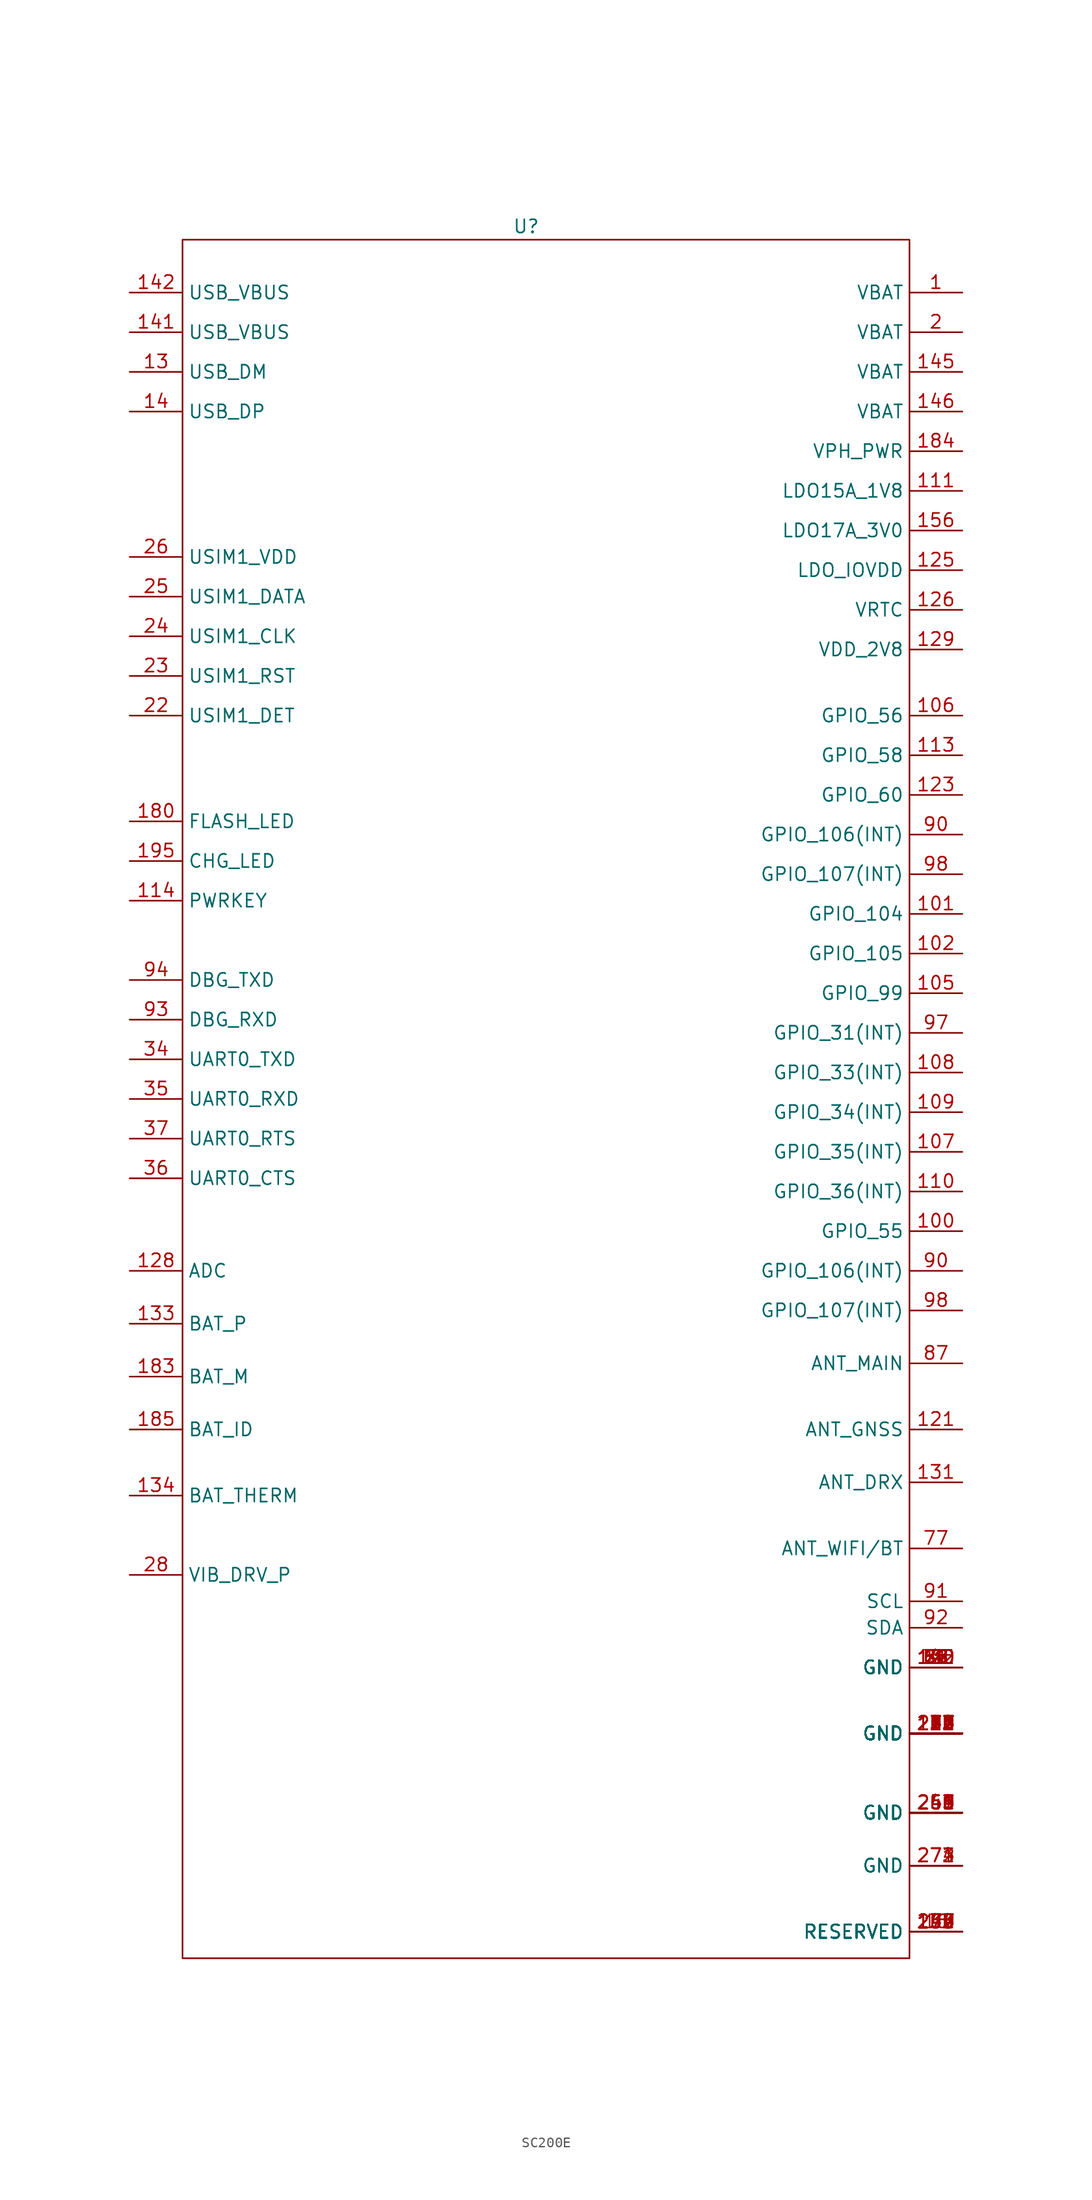
<source format=kicad_sym>
(kicad_symbol_lib
  (version 20231120)
  (generator "kicad_symbol_editor")
  (generator_version "8.0")
  (symbol "SC200E"
    (property "Reference" "U"
      (at 0 68.58 0)
      (effects (font (size 1.27 1.27))))
    (property "Value" ""
      (at 3.81 -58.42 0)
      (effects (font (size 1.27 1.27))))
    (symbol "SC200E_0_1"
      (rectangle (start -33.02 67.31) (end 36.83 -97.79) (stroke (width 0) (type default)) (fill (type none))))
    (symbol "SC200E_1_1"
      (pin passive line (at 41.91 62.23 180) (length 5.08) (name "VBAT" (effects (font (size 1.27 1.27)))) (number "1" (effects (font (size 1.27 1.27)))))
      (pin passive line (at 41.91 -27.94 180) (length 5.08) (name "GPIO_55" (effects (font (size 1.27 1.27)))) (number "100" (effects (font (size 1.27 1.27)))))
      (pin passive line (at 41.91 2.54 180) (length 5.08) (name "GPIO_104" (effects (font (size 1.27 1.27)))) (number "101" (effects (font (size 1.27 1.27)))))
      (pin passive line (at 41.91 -1.27 180) (length 5.08) (name "GPIO_105" (effects (font (size 1.27 1.27)))) (number "102" (effects (font (size 1.27 1.27)))))
      (pin passive line (at 41.91 -5.08 180) (length 5.08) (name "GPIO_99" (effects (font (size 1.27 1.27)))) (number "105" (effects (font (size 1.27 1.27)))))
      (pin passive line (at 41.91 21.59 180) (length 5.08) (name "GPIO_56" (effects (font (size 1.27 1.27)))) (number "106" (effects (font (size 1.27 1.27)))))
      (pin passive line (at 41.91 -20.32 180) (length 5.08) (name "GPIO_35(INT)" (effects (font (size 1.27 1.27)))) (number "107" (effects (font (size 1.27 1.27)))))
      (pin passive line (at 41.91 -12.7 180) (length 5.08) (name "GPIO_33(INT)" (effects (font (size 1.27 1.27)))) (number "108" (effects (font (size 1.27 1.27)))))
      (pin passive line (at 41.91 -16.51 180) (length 5.08) (name "GPIO_34(INT)" (effects (font (size 1.27 1.27)))) (number "109" (effects (font (size 1.27 1.27)))))
      (pin passive line (at 41.91 -24.13 180) (length 5.08) (name "GPIO_36(INT)" (effects (font (size 1.27 1.27)))) (number "110" (effects (font (size 1.27 1.27)))))
      (pin passive line (at 41.91 43.18 180) (length 5.08) (name "LDO15A_1V8" (effects (font (size 1.27 1.27)))) (number "111" (effects (font (size 1.27 1.27)))))
      (pin passive line (at 41.91 17.78 180) (length 5.08) (name "GPIO_58" (effects (font (size 1.27 1.27)))) (number "113" (effects (font (size 1.27 1.27)))))
      (pin passive line (at -38.1 3.81 0) (length 5.08) (name "PWRKEY" (effects (font (size 1.27 1.27)))) (number "114" (effects (font (size 1.27 1.27)))))
      (pin passive line (at 41.91 -69.85 180) (length 5.08) (name "GND" (effects (font (size 1.27 1.27)))) (number "120" (effects (font (size 1.27 1.27)))))
      (pin passive line (at 41.91 -46.99 180) (length 5.08) (name "ANT_GNSS" (effects (font (size 1.27 1.27)))) (number "121" (effects (font (size 1.27 1.27)))))
      (pin passive line (at 41.91 -69.85 180) (length 5.08) (name "GND" (effects (font (size 1.27 1.27)))) (number "122" (effects (font (size 1.27 1.27)))))
      (pin passive line (at 41.91 13.97 180) (length 5.08) (name "GPIO_60" (effects (font (size 1.27 1.27)))) (number "123" (effects (font (size 1.27 1.27)))))
      (pin passive line (at 41.91 35.56 180) (length 5.08) (name "LDO_IOVDD" (effects (font (size 1.27 1.27)))) (number "125" (effects (font (size 1.27 1.27)))))
      (pin passive line (at 41.91 31.75 180) (length 5.08) (name "VRTC" (effects (font (size 1.27 1.27)))) (number "126" (effects (font (size 1.27 1.27)))))
      (pin passive line (at -38.1 -31.75 0) (length 5.08) (name "ADC" (effects (font (size 1.27 1.27)))) (number "128" (effects (font (size 1.27 1.27)))))
      (pin passive line (at 41.91 27.94 180) (length 5.08) (name "VDD_2V8" (effects (font (size 1.27 1.27)))) (number "129" (effects (font (size 1.27 1.27)))))
      (pin passive line (at -38.1 54.61 0) (length 5.08) (name "USB_DM" (effects (font (size 1.27 1.27)))) (number "13" (effects (font (size 1.27 1.27)))))
      (pin passive line (at 41.91 -69.85 180) (length 5.08) (name "GND" (effects (font (size 1.27 1.27)))) (number "130" (effects (font (size 1.27 1.27)))))
      (pin passive line (at 41.91 -52.07 180) (length 5.08) (name "ANT_DRX" (effects (font (size 1.27 1.27)))) (number "131" (effects (font (size 1.27 1.27)))))
      (pin passive line (at 41.91 -69.85 180) (length 5.08) (name "GND" (effects (font (size 1.27 1.27)))) (number "132" (effects (font (size 1.27 1.27)))))
      (pin passive line (at -38.1 -36.83 0) (length 5.08) (name "BAT_P" (effects (font (size 1.27 1.27)))) (number "133" (effects (font (size 1.27 1.27)))))
      (pin passive line (at -38.1 -53.34 0) (length 5.08) (name "BAT_THERM" (effects (font (size 1.27 1.27)))) (number "134" (effects (font (size 1.27 1.27)))))
      (pin passive line (at 41.91 -69.85 180) (length 5.08) (name "GND" (effects (font (size 1.27 1.27)))) (number "135" (effects (font (size 1.27 1.27)))))
      (pin passive line (at -38.1 50.8 0) (length 5.08) (name "USB_DP" (effects (font (size 1.27 1.27)))) (number "14" (effects (font (size 1.27 1.27)))))
      (pin passive line (at 41.91 -69.85 180) (length 5.08) (name "GND" (effects (font (size 1.27 1.27)))) (number "140" (effects (font (size 1.27 1.27)))))
      (pin passive line (at -38.1 58.42 0) (length 5.08) (name "USB_VBUS" (effects (font (size 1.27 1.27)))) (number "141" (effects (font (size 1.27 1.27)))))
      (pin passive line (at -38.1 62.23 0) (length 5.08) (name "USB_VBUS" (effects (font (size 1.27 1.27)))) (number "142" (effects (font (size 1.27 1.27)))))
      (pin passive line (at 41.91 -76.2 180) (length 5.08) (name "GND" (effects (font (size 1.27 1.27)))) (number "143" (effects (font (size 1.27 1.27)))))
      (pin passive line (at 41.91 -76.2 180) (length 5.08) (name "GND" (effects (font (size 1.27 1.27)))) (number "144" (effects (font (size 1.27 1.27)))))
      (pin passive line (at 41.91 54.61 180) (length 5.08) (name "VBAT" (effects (font (size 1.27 1.27)))) (number "145" (effects (font (size 1.27 1.27)))))
      (pin passive line (at 41.91 50.8 180) (length 5.08) (name "VBAT" (effects (font (size 1.27 1.27)))) (number "146" (effects (font (size 1.27 1.27)))))
      (pin passive line (at 41.91 -69.85 180) (length 5.08) (name "GND" (effects (font (size 1.27 1.27)))) (number "15" (effects (font (size 1.27 1.27)))))
      (pin passive line (at 41.91 39.37 180) (length 5.08) (name "LDO17A_3V0" (effects (font (size 1.27 1.27)))) (number "156" (effects (font (size 1.27 1.27)))))
      (pin passive line (at 41.91 -95.25 180) (length 5.08) (name "RESERVED" (effects (font (size 1.27 1.27)))) (number "16" (effects (font (size 1.27 1.27)))))
      (pin passive line (at 41.91 -76.2 180) (length 5.08) (name "GND" (effects (font (size 1.27 1.27)))) (number "162" (effects (font (size 1.27 1.27)))))
      (pin passive line (at 41.91 -95.25 180) (length 5.08) (name "RESERVED" (effects (font (size 1.27 1.27)))) (number "167" (effects (font (size 1.27 1.27)))))
      (pin passive line (at 41.91 -95.25 180) (length 5.08) (name "RESERVED" (effects (font (size 1.27 1.27)))) (number "168" (effects (font (size 1.27 1.27)))))
      (pin passive line (at 41.91 -95.25 180) (length 5.08) (name "RESERVED" (effects (font (size 1.27 1.27)))) (number "169" (effects (font (size 1.27 1.27)))))
      (pin passive line (at 41.91 -95.25 180) (length 5.08) (name "RESERVED" (effects (font (size 1.27 1.27)))) (number "170" (effects (font (size 1.27 1.27)))))
      (pin passive line (at 41.91 -76.2 180) (length 5.08) (name "GND" (effects (font (size 1.27 1.27)))) (number "171" (effects (font (size 1.27 1.27)))))
      (pin passive line (at 41.91 -76.2 180) (length 5.08) (name "GND" (effects (font (size 1.27 1.27)))) (number "172" (effects (font (size 1.27 1.27)))))
      (pin passive line (at 41.91 -95.25 180) (length 5.08) (name "RESERVED" (effects (font (size 1.27 1.27)))) (number "174" (effects (font (size 1.27 1.27)))))
      (pin passive line (at 41.91 -95.25 180) (length 5.08) (name "RESERVED" (effects (font (size 1.27 1.27)))) (number "175" (effects (font (size 1.27 1.27)))))
      (pin passive line (at 41.91 -76.2 180) (length 5.08) (name "GND" (effects (font (size 1.27 1.27)))) (number "176" (effects (font (size 1.27 1.27)))))
      (pin passive line (at 41.91 -95.25 180) (length 5.08) (name "RESERVED" (effects (font (size 1.27 1.27)))) (number "178" (effects (font (size 1.27 1.27)))))
      (pin passive line (at 41.91 -95.25 180) (length 5.08) (name "RESERVED" (effects (font (size 1.27 1.27)))) (number "179" (effects (font (size 1.27 1.27)))))
      (pin passive line (at -38.1 11.43 0) (length 5.08) (name "FLASH_LED" (effects (font (size 1.27 1.27)))) (number "180" (effects (font (size 1.27 1.27)))))
      (pin passive line (at -38.1 -41.91 0) (length 5.08) (name "BAT_M" (effects (font (size 1.27 1.27)))) (number "183" (effects (font (size 1.27 1.27)))))
      (pin passive line (at 41.91 46.99 180) (length 5.08) (name "VPH_PWR" (effects (font (size 1.27 1.27)))) (number "184" (effects (font (size 1.27 1.27)))))
      (pin passive line (at -38.1 -46.99 0) (length 5.08) (name "BAT_ID" (effects (font (size 1.27 1.27)))) (number "185" (effects (font (size 1.27 1.27)))))
      (pin passive line (at 41.91 -76.2 180) (length 5.08) (name "GND" (effects (font (size 1.27 1.27)))) (number "187" (effects (font (size 1.27 1.27)))))
      (pin passive line (at 41.91 -76.2 180) (length 5.08) (name "GND" (effects (font (size 1.27 1.27)))) (number "188" (effects (font (size 1.27 1.27)))))
      (pin passive line (at 41.91 -76.2 180) (length 5.08) (name "GND" (effects (font (size 1.27 1.27)))) (number "189" (effects (font (size 1.27 1.27)))))
      (pin passive line (at 41.91 -76.2 180) (length 5.08) (name "GND" (effects (font (size 1.27 1.27)))) (number "190" (effects (font (size 1.27 1.27)))))
      (pin passive line (at 41.91 -76.2 180) (length 5.08) (name "GND" (effects (font (size 1.27 1.27)))) (number "191" (effects (font (size 1.27 1.27)))))
      (pin passive line (at 41.91 -95.25 180) (length 5.08) (name "RESERVED" (effects (font (size 1.27 1.27)))) (number "193" (effects (font (size 1.27 1.27)))))
      (pin passive line (at -38.1 7.62 0) (length 5.08) (name "CHG_LED" (effects (font (size 1.27 1.27)))) (number "195" (effects (font (size 1.27 1.27)))))
      (pin passive line (at 41.91 58.42 180) (length 5.08) (name "VBAT" (effects (font (size 1.27 1.27)))) (number "2" (effects (font (size 1.27 1.27)))))
      (pin passive line (at 41.91 -76.2 180) (length 5.08) (name "GND" (effects (font (size 1.27 1.27)))) (number "202" (effects (font (size 1.27 1.27)))))
      (pin passive line (at 41.91 -76.2 180) (length 5.08) (name "GND" (effects (font (size 1.27 1.27)))) (number "203" (effects (font (size 1.27 1.27)))))
      (pin passive line (at 41.91 -76.2 180) (length 5.08) (name "GND" (effects (font (size 1.27 1.27)))) (number "204" (effects (font (size 1.27 1.27)))))
      (pin passive line (at 41.91 -76.2 180) (length 5.08) (name "GND" (effects (font (size 1.27 1.27)))) (number "206" (effects (font (size 1.27 1.27)))))
      (pin passive line (at 41.91 -76.2 180) (length 5.08) (name "GND" (effects (font (size 1.27 1.27)))) (number "207" (effects (font (size 1.27 1.27)))))
      (pin passive line (at 41.91 -76.2 180) (length 5.08) (name "GND" (effects (font (size 1.27 1.27)))) (number "208" (effects (font (size 1.27 1.27)))))
      (pin passive line (at 41.91 -76.2 180) (length 5.08) (name "GND" (effects (font (size 1.27 1.27)))) (number "209" (effects (font (size 1.27 1.27)))))
      (pin passive line (at 41.91 -76.2 180) (length 5.08) (name "GND" (effects (font (size 1.27 1.27)))) (number "210" (effects (font (size 1.27 1.27)))))
      (pin passive line (at 41.91 -76.2 180) (length 5.08) (name "GND" (effects (font (size 1.27 1.27)))) (number "211" (effects (font (size 1.27 1.27)))))
      (pin passive line (at 41.91 -76.2 180) (length 5.08) (name "GND" (effects (font (size 1.27 1.27)))) (number "212" (effects (font (size 1.27 1.27)))))
      (pin passive line (at 41.91 -76.2 180) (length 5.08) (name "GND" (effects (font (size 1.27 1.27)))) (number "213" (effects (font (size 1.27 1.27)))))
      (pin passive line (at 41.91 -76.2 180) (length 5.08) (name "GND" (effects (font (size 1.27 1.27)))) (number "214" (effects (font (size 1.27 1.27)))))
      (pin passive line (at 41.91 -76.2 180) (length 5.08) (name "GND" (effects (font (size 1.27 1.27)))) (number "215" (effects (font (size 1.27 1.27)))))
      (pin passive line (at 41.91 -76.2 180) (length 5.08) (name "GND" (effects (font (size 1.27 1.27)))) (number "216" (effects (font (size 1.27 1.27)))))
      (pin passive line (at 41.91 -76.2 180) (length 5.08) (name "GND" (effects (font (size 1.27 1.27)))) (number "217" (effects (font (size 1.27 1.27)))))
      (pin passive line (at 41.91 -76.2 180) (length 5.08) (name "GND" (effects (font (size 1.27 1.27)))) (number "218" (effects (font (size 1.27 1.27)))))
      (pin passive line (at 41.91 -76.2 180) (length 5.08) (name "GND" (effects (font (size 1.27 1.27)))) (number "219" (effects (font (size 1.27 1.27)))))
      (pin passive line (at -38.1 21.59 0) (length 5.08) (name "USIM1_DET" (effects (font (size 1.27 1.27)))) (number "22" (effects (font (size 1.27 1.27)))))
      (pin passive line (at 41.91 -76.2 180) (length 5.08) (name "GND" (effects (font (size 1.27 1.27)))) (number "220" (effects (font (size 1.27 1.27)))))
      (pin passive line (at 41.91 -76.2 180) (length 5.08) (name "GND" (effects (font (size 1.27 1.27)))) (number "221" (effects (font (size 1.27 1.27)))))
      (pin passive line (at 41.91 -76.2 180) (length 5.08) (name "GND" (effects (font (size 1.27 1.27)))) (number "222" (effects (font (size 1.27 1.27)))))
      (pin passive line (at 41.91 -76.2 180) (length 5.08) (name "GND" (effects (font (size 1.27 1.27)))) (number "223" (effects (font (size 1.27 1.27)))))
      (pin passive line (at 41.91 -76.2 180) (length 5.08) (name "GND" (effects (font (size 1.27 1.27)))) (number "224" (effects (font (size 1.27 1.27)))))
      (pin passive line (at 41.91 -76.2 180) (length 5.08) (name "GND" (effects (font (size 1.27 1.27)))) (number "226" (effects (font (size 1.27 1.27)))))
      (pin passive line (at 41.91 -76.2 180) (length 5.08) (name "GND" (effects (font (size 1.27 1.27)))) (number "227" (effects (font (size 1.27 1.27)))))
      (pin passive line (at 41.91 -76.2 180) (length 5.08) (name "GND" (effects (font (size 1.27 1.27)))) (number "228" (effects (font (size 1.27 1.27)))))
      (pin passive line (at 41.91 -76.2 180) (length 5.08) (name "GND" (effects (font (size 1.27 1.27)))) (number "229" (effects (font (size 1.27 1.27)))))
      (pin passive line (at -38.1 25.4 0) (length 5.08) (name "USIM1_RST" (effects (font (size 1.27 1.27)))) (number "23" (effects (font (size 1.27 1.27)))))
      (pin passive line (at 41.91 -76.2 180) (length 5.08) (name "GND" (effects (font (size 1.27 1.27)))) (number "230" (effects (font (size 1.27 1.27)))))
      (pin passive line (at 41.91 -76.2 180) (length 5.08) (name "GND" (effects (font (size 1.27 1.27)))) (number "231" (effects (font (size 1.27 1.27)))))
      (pin passive line (at 41.91 -95.25 180) (length 5.08) (name "RESERVED" (effects (font (size 1.27 1.27)))) (number "232" (effects (font (size 1.27 1.27)))))
      (pin passive line (at 41.91 -76.2 180) (length 5.08) (name "GND" (effects (font (size 1.27 1.27)))) (number "233" (effects (font (size 1.27 1.27)))))
      (pin passive line (at 41.91 -76.2 180) (length 5.08) (name "GND" (effects (font (size 1.27 1.27)))) (number "234" (effects (font (size 1.27 1.27)))))
      (pin passive line (at 41.91 -76.2 180) (length 5.08) (name "GND" (effects (font (size 1.27 1.27)))) (number "235" (effects (font (size 1.27 1.27)))))
      (pin passive line (at 41.91 -76.2 180) (length 5.08) (name "GND" (effects (font (size 1.27 1.27)))) (number "236" (effects (font (size 1.27 1.27)))))
      (pin passive line (at 41.91 -76.2 180) (length 5.08) (name "GND" (effects (font (size 1.27 1.27)))) (number "237" (effects (font (size 1.27 1.27)))))
      (pin passive line (at 41.91 -76.2 180) (length 5.08) (name "GND" (effects (font (size 1.27 1.27)))) (number "238" (effects (font (size 1.27 1.27)))))
      (pin passive line (at -38.1 29.21 0) (length 5.08) (name "USIM1_CLK" (effects (font (size 1.27 1.27)))) (number "24" (effects (font (size 1.27 1.27)))))
      (pin passive line (at 41.91 -83.82 180) (length 5.08) (name "GND" (effects (font (size 1.27 1.27)))) (number "240" (effects (font (size 1.27 1.27)))))
      (pin passive line (at 41.91 -83.82 180) (length 5.08) (name "GND" (effects (font (size 1.27 1.27)))) (number "241" (effects (font (size 1.27 1.27)))))
      (pin passive line (at 41.91 -95.25 180) (length 5.08) (name "RESERVED" (effects (font (size 1.27 1.27)))) (number "242" (effects (font (size 1.27 1.27)))))
      (pin passive line (at 41.91 -83.82 180) (length 5.08) (name "GND" (effects (font (size 1.27 1.27)))) (number "243" (effects (font (size 1.27 1.27)))))
      (pin passive line (at 41.91 -83.82 180) (length 5.08) (name "GND" (effects (font (size 1.27 1.27)))) (number "244" (effects (font (size 1.27 1.27)))))
      (pin passive line (at 41.91 -83.82 180) (length 5.08) (name "GND" (effects (font (size 1.27 1.27)))) (number "245" (effects (font (size 1.27 1.27)))))
      (pin passive line (at 41.91 -83.82 180) (length 5.08) (name "GND" (effects (font (size 1.27 1.27)))) (number "247" (effects (font (size 1.27 1.27)))))
      (pin passive line (at 41.91 -83.82 180) (length 5.08) (name "GND" (effects (font (size 1.27 1.27)))) (number "248" (effects (font (size 1.27 1.27)))))
      (pin passive line (at -38.1 33.02 0) (length 5.08) (name "USIM1_DATA" (effects (font (size 1.27 1.27)))) (number "25" (effects (font (size 1.27 1.27)))))
      (pin passive line (at 41.91 -83.82 180) (length 5.08) (name "GND" (effects (font (size 1.27 1.27)))) (number "250" (effects (font (size 1.27 1.27)))))
      (pin passive line (at 41.91 -83.82 180) (length 5.08) (name "GND" (effects (font (size 1.27 1.27)))) (number "251" (effects (font (size 1.27 1.27)))))
      (pin passive line (at 41.91 -83.82 180) (length 5.08) (name "GND" (effects (font (size 1.27 1.27)))) (number "255" (effects (font (size 1.27 1.27)))))
      (pin passive line (at 41.91 -83.82 180) (length 5.08) (name "GND" (effects (font (size 1.27 1.27)))) (number "256" (effects (font (size 1.27 1.27)))))
      (pin passive line (at 41.91 -95.25 180) (length 5.08) (name "RESERVED" (effects (font (size 1.27 1.27)))) (number "257" (effects (font (size 1.27 1.27)))))
      (pin passive line (at 41.91 -83.82 180) (length 5.08) (name "GND" (effects (font (size 1.27 1.27)))) (number "258" (effects (font (size 1.27 1.27)))))
      (pin passive line (at 41.91 -83.82 180) (length 5.08) (name "GND" (effects (font (size 1.27 1.27)))) (number "259" (effects (font (size 1.27 1.27)))))
      (pin passive line (at -38.1 36.83 0) (length 5.08) (name "USIM1_VDD" (effects (font (size 1.27 1.27)))) (number "26" (effects (font (size 1.27 1.27)))))
      (pin passive line (at 41.91 -83.82 180) (length 5.08) (name "GND" (effects (font (size 1.27 1.27)))) (number "261" (effects (font (size 1.27 1.27)))))
      (pin passive line (at 41.91 -95.25 180) (length 5.08) (name "RESERVED" (effects (font (size 1.27 1.27)))) (number "263" (effects (font (size 1.27 1.27)))))
      (pin passive line (at 41.91 -83.82 180) (length 5.08) (name "GND" (effects (font (size 1.27 1.27)))) (number "266" (effects (font (size 1.27 1.27)))))
      (pin passive line (at 41.91 -83.82 180) (length 5.08) (name "GND" (effects (font (size 1.27 1.27)))) (number "268" (effects (font (size 1.27 1.27)))))
      (pin passive line (at 41.91 -83.82 180) (length 5.08) (name "GND" (effects (font (size 1.27 1.27)))) (number "269" (effects (font (size 1.27 1.27)))))
      (pin passive line (at 41.91 -69.85 180) (length 5.08) (name "GND" (effects (font (size 1.27 1.27)))) (number "27" (effects (font (size 1.27 1.27)))))
      (pin passive line (at 41.91 -88.9 180) (length 5.08) (name "GND" (effects (font (size 1.27 1.27)))) (number "271" (effects (font (size 1.27 1.27)))))
      (pin passive line (at 41.91 -88.9 180) (length 5.08) (name "GND" (effects (font (size 1.27 1.27)))) (number "272" (effects (font (size 1.27 1.27)))))
      (pin passive line (at 41.91 -88.9 180) (length 5.08) (name "GND" (effects (font (size 1.27 1.27)))) (number "273" (effects (font (size 1.27 1.27)))))
      (pin passive line (at 41.91 -88.9 180) (length 5.08) (name "GND" (effects (font (size 1.27 1.27)))) (number "274" (effects (font (size 1.27 1.27)))))
      (pin passive line (at -38.1 -60.96 0) (length 5.08) (name "VIB_DRV_P" (effects (font (size 1.27 1.27)))) (number "28" (effects (font (size 1.27 1.27)))))
      (pin passive line (at 41.91 -69.85 180) (length 5.08) (name "GND" (effects (font (size 1.27 1.27)))) (number "3" (effects (font (size 1.27 1.27)))))
      (pin passive line (at -38.1 -11.43 0) (length 5.08) (name "UART0_TXD" (effects (font (size 1.27 1.27)))) (number "34" (effects (font (size 1.27 1.27)))))
      (pin passive line (at -38.1 -15.24 0) (length 5.08) (name "UART0_RXD" (effects (font (size 1.27 1.27)))) (number "35" (effects (font (size 1.27 1.27)))))
      (pin passive line (at -38.1 -22.86 0) (length 5.08) (name "UART0_CTS" (effects (font (size 1.27 1.27)))) (number "36" (effects (font (size 1.27 1.27)))))
      (pin passive line (at -38.1 -19.05 0) (length 5.08) (name "UART0_RTS" (effects (font (size 1.27 1.27)))) (number "37" (effects (font (size 1.27 1.27)))))
      (pin passive line (at 41.91 -69.85 180) (length 5.08) (name "GND" (effects (font (size 1.27 1.27)))) (number "51" (effects (font (size 1.27 1.27)))))
      (pin passive line (at 41.91 -69.85 180) (length 5.08) (name "GND" (effects (font (size 1.27 1.27)))) (number "62" (effects (font (size 1.27 1.27)))))
      (pin passive line (at 41.91 -69.85 180) (length 5.08) (name "GND" (effects (font (size 1.27 1.27)))) (number "69" (effects (font (size 1.27 1.27)))))
      (pin passive line (at 41.91 -69.85 180) (length 5.08) (name "GND" (effects (font (size 1.27 1.27)))) (number "7" (effects (font (size 1.27 1.27)))))
      (pin passive line (at 41.91 -69.85 180) (length 5.08) (name "GND" (effects (font (size 1.27 1.27)))) (number "76" (effects (font (size 1.27 1.27)))))
      (pin passive line (at 41.91 -58.42 180) (length 5.08) (name "ANT_WIFI/BT" (effects (font (size 1.27 1.27)))) (number "77" (effects (font (size 1.27 1.27)))))
      (pin passive line (at 41.91 -69.85 180) (length 5.08) (name "GND" (effects (font (size 1.27 1.27)))) (number "78" (effects (font (size 1.27 1.27)))))
      (pin passive line (at 41.91 -69.85 180) (length 5.08) (name "GND" (effects (font (size 1.27 1.27)))) (number "85" (effects (font (size 1.27 1.27)))))
      (pin passive line (at 41.91 -69.85 180) (length 5.08) (name "GND" (effects (font (size 1.27 1.27)))) (number "86" (effects (font (size 1.27 1.27)))))
      (pin passive line (at 41.91 -40.64 180) (length 5.08) (name "ANT_MAIN" (effects (font (size 1.27 1.27)))) (number "87" (effects (font (size 1.27 1.27)))))
      (pin passive line (at 41.91 -69.85 180) (length 5.08) (name "GND" (effects (font (size 1.27 1.27)))) (number "88" (effects (font (size 1.27 1.27)))))
      (pin passive line (at 41.91 -69.85 180) (length 5.08) (name "GND" (effects (font (size 1.27 1.27)))) (number "89" (effects (font (size 1.27 1.27)))))
      (pin passive line (at 41.91 -31.75 180) (length 5.08) (name "GPIO_106(INT)" (effects (font (size 1.27 1.27)))) (number "90" (effects (font (size 1.27 1.27)))))
      (pin passive line (at 41.91 10.16 180) (length 5.08) (name "GPIO_106(INT)" (effects (font (size 1.27 1.27)))) (number "90" (effects (font (size 1.27 1.27)))))
      (pin passive line (at 41.91 -63.5 180) (length 5.08) (name "SCL" (effects (font (size 1.27 1.27)))) (number "91" (effects (font (size 1.27 1.27)))))
      (pin passive line (at 41.91 -66.04 180) (length 5.08) (name "SDA" (effects (font (size 1.27 1.27)))) (number "92" (effects (font (size 1.27 1.27)))))
      (pin passive line (at -38.1 -7.62 0) (length 5.08) (name "DBG_RXD" (effects (font (size 1.27 1.27)))) (number "93" (effects (font (size 1.27 1.27)))))
      (pin passive line (at -38.1 -3.81 0) (length 5.08) (name "DBG_TXD" (effects (font (size 1.27 1.27)))) (number "94" (effects (font (size 1.27 1.27)))))
      (pin passive line (at 41.91 -8.89 180) (length 5.08) (name "GPIO_31(INT)" (effects (font (size 1.27 1.27)))) (number "97" (effects (font (size 1.27 1.27)))))
      (pin passive line (at 41.91 -35.56 180) (length 5.08) (name "GPIO_107(INT)" (effects (font (size 1.27 1.27)))) (number "98" (effects (font (size 1.27 1.27)))))
      (pin passive line (at 41.91 6.35 180) (length 5.08) (name "GPIO_107(INT)" (effects (font (size 1.27 1.27)))) (number "98" (effects (font (size 1.27 1.27))))))))
</source>
